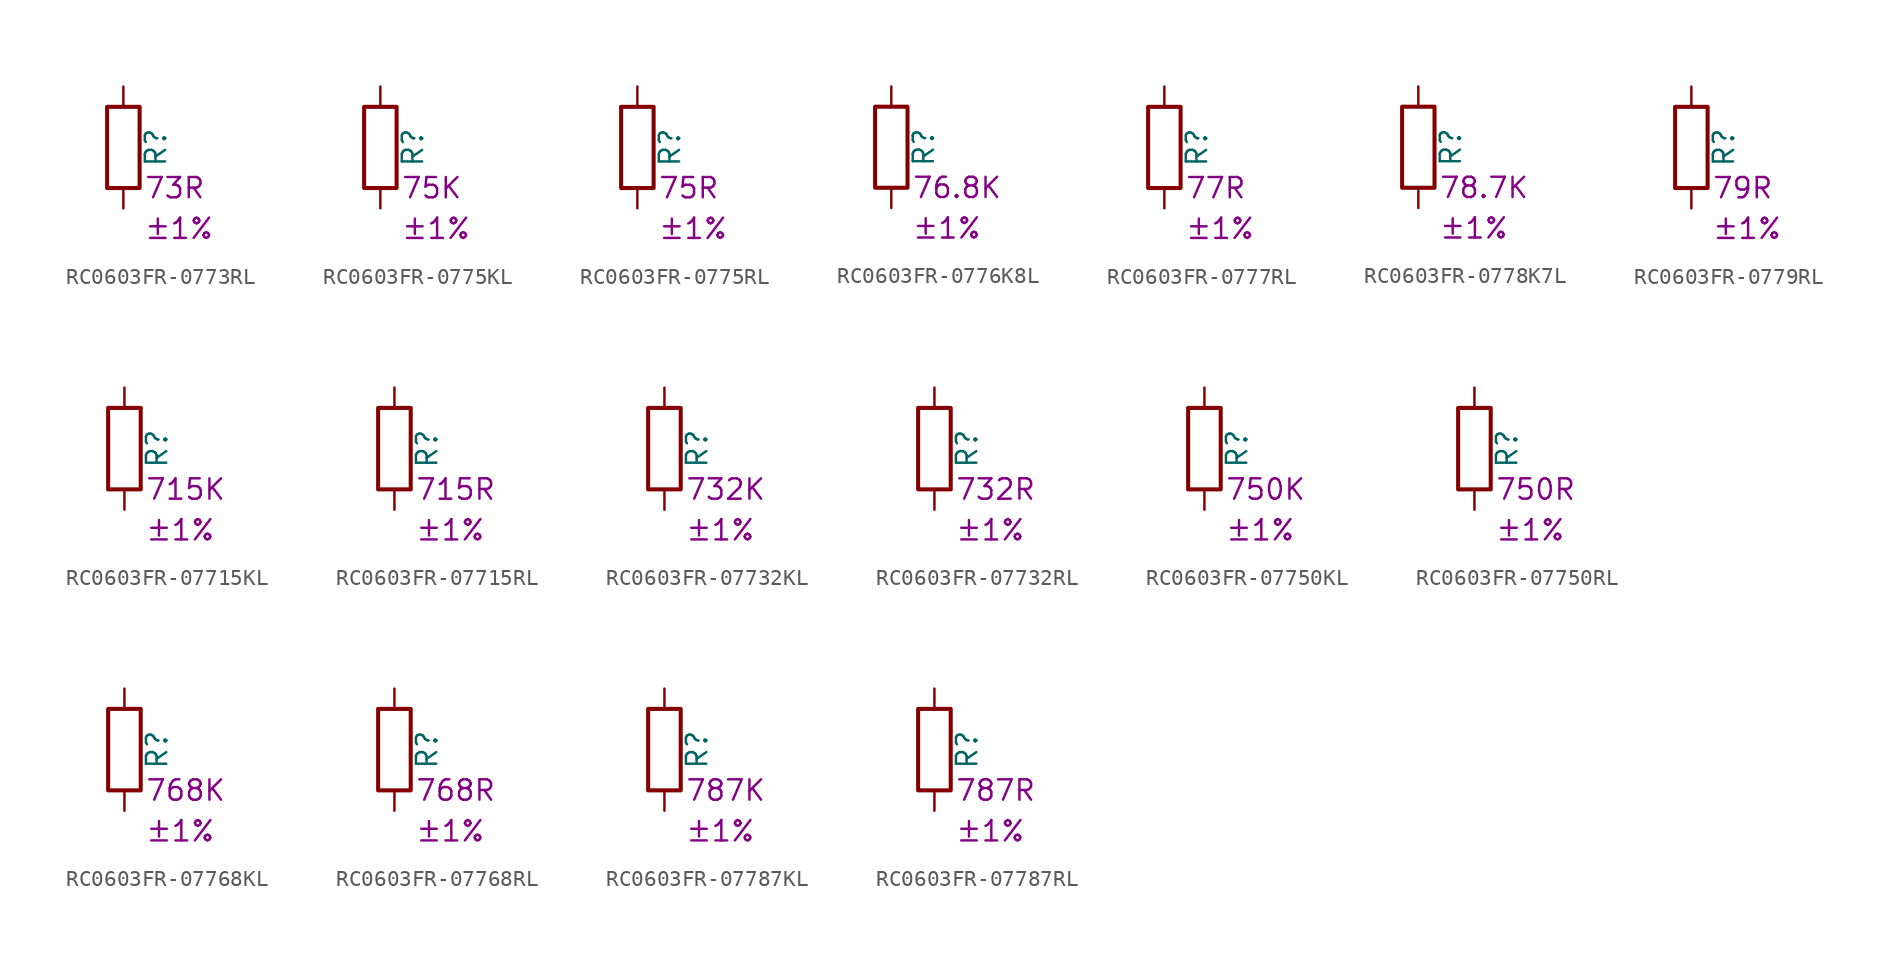
<source format=kicad_sym>
(kicad_symbol_lib
  (version 20220914)
  (generator kicad_symbol_editor)
  (symbol "RC0603FR-0773RL"
    (pin_numbers hide)
    (pin_names
      (offset 0))
    (property "Reference" "R"
      (at 2.032 0 90)
      (effects (font (size 1.27 1.27))))
    (property "Resistance" "73R"
      (at 1.27 -2.54 0)
      (effects (font (size 1.27 1.27)) (justify left)))
    (property "Tolerance" "±1%"
      (at 1.27 -5.08 0)
      (effects (font (size 1.27 1.27)) (justify left)))
    (symbol "RC0603FR-0773RL_0_1"
      (rectangle (start -1.016 -2.54) (end 1.016 2.54) (stroke (width 0.254) (type default)) (fill (type none))))
    (symbol "RC0603FR-0773RL_1_1"
      (pin passive line (at 0 3.81 270) (length 1.27) (name "~" (effects (font (size 1.27 1.27)))) (number "1" (effects (font (size 1.27 1.27)))))
      (pin passive line (at 0 -3.81 90) (length 1.27) (name "~" (effects (font (size 1.27 1.27)))) (number "2" (effects (font (size 1.27 1.27)))))))
  (symbol "RC0603FR-0775KL"
    (pin_numbers hide)
    (pin_names
      (offset 0))
    (property "Reference" "R"
      (at 2.032 0 90)
      (effects (font (size 1.27 1.27))))
    (property "Resistance" "75K"
      (at 1.27 -2.54 0)
      (effects (font (size 1.27 1.27)) (justify left)))
    (property "Tolerance" "±1%"
      (at 1.27 -5.08 0)
      (effects (font (size 1.27 1.27)) (justify left)))
    (symbol "RC0603FR-0775KL_0_1"
      (rectangle (start -1.016 -2.54) (end 1.016 2.54) (stroke (width 0.254) (type default)) (fill (type none))))
    (symbol "RC0603FR-0775KL_1_1"
      (pin passive line (at 0 3.81 270) (length 1.27) (name "~" (effects (font (size 1.27 1.27)))) (number "1" (effects (font (size 1.27 1.27)))))
      (pin passive line (at 0 -3.81 90) (length 1.27) (name "~" (effects (font (size 1.27 1.27)))) (number "2" (effects (font (size 1.27 1.27)))))))
  (symbol "RC0603FR-0775RL"
    (pin_numbers hide)
    (pin_names
      (offset 0))
    (property "Reference" "R"
      (at 2.032 0 90)
      (effects (font (size 1.27 1.27))))
    (property "Resistance" "75R"
      (at 1.27 -2.54 0)
      (effects (font (size 1.27 1.27)) (justify left)))
    (property "Tolerance" "±1%"
      (at 1.27 -5.08 0)
      (effects (font (size 1.27 1.27)) (justify left)))
    (symbol "RC0603FR-0775RL_0_1"
      (rectangle (start -1.016 -2.54) (end 1.016 2.54) (stroke (width 0.254) (type default)) (fill (type none))))
    (symbol "RC0603FR-0775RL_1_1"
      (pin passive line (at 0 3.81 270) (length 1.27) (name "~" (effects (font (size 1.27 1.27)))) (number "1" (effects (font (size 1.27 1.27)))))
      (pin passive line (at 0 -3.81 90) (length 1.27) (name "~" (effects (font (size 1.27 1.27)))) (number "2" (effects (font (size 1.27 1.27)))))))
  (symbol "RC0603FR-0776K8L"
    (pin_numbers hide)
    (pin_names
      (offset 0))
    (property "Reference" "R"
      (at 2.032 0 90)
      (effects (font (size 1.27 1.27))))
    (property "Resistance" "76.8K"
      (at 1.27 -2.54 0)
      (effects (font (size 1.27 1.27)) (justify left)))
    (property "Tolerance" "±1%"
      (at 1.27 -5.08 0)
      (effects (font (size 1.27 1.27)) (justify left)))
    (symbol "RC0603FR-0776K8L_0_1"
      (rectangle (start -1.016 -2.54) (end 1.016 2.54) (stroke (width 0.254) (type default)) (fill (type none))))
    (symbol "RC0603FR-0776K8L_1_1"
      (pin passive line (at 0 3.81 270) (length 1.27) (name "~" (effects (font (size 1.27 1.27)))) (number "1" (effects (font (size 1.27 1.27)))))
      (pin passive line (at 0 -3.81 90) (length 1.27) (name "~" (effects (font (size 1.27 1.27)))) (number "2" (effects (font (size 1.27 1.27)))))))
  (symbol "RC0603FR-0777RL"
    (pin_numbers hide)
    (pin_names
      (offset 0))
    (property "Reference" "R"
      (at 2.032 0 90)
      (effects (font (size 1.27 1.27))))
    (property "Resistance" "77R"
      (at 1.27 -2.54 0)
      (effects (font (size 1.27 1.27)) (justify left)))
    (property "Tolerance" "±1%"
      (at 1.27 -5.08 0)
      (effects (font (size 1.27 1.27)) (justify left)))
    (symbol "RC0603FR-0777RL_0_1"
      (rectangle (start -1.016 -2.54) (end 1.016 2.54) (stroke (width 0.254) (type default)) (fill (type none))))
    (symbol "RC0603FR-0777RL_1_1"
      (pin passive line (at 0 3.81 270) (length 1.27) (name "~" (effects (font (size 1.27 1.27)))) (number "1" (effects (font (size 1.27 1.27)))))
      (pin passive line (at 0 -3.81 90) (length 1.27) (name "~" (effects (font (size 1.27 1.27)))) (number "2" (effects (font (size 1.27 1.27)))))))
  (symbol "RC0603FR-0778K7L"
    (pin_numbers hide)
    (pin_names
      (offset 0))
    (property "Reference" "R"
      (at 2.032 0 90)
      (effects (font (size 1.27 1.27))))
    (property "Resistance" "78.7K"
      (at 1.27 -2.54 0)
      (effects (font (size 1.27 1.27)) (justify left)))
    (property "Tolerance" "±1%"
      (at 1.27 -5.08 0)
      (effects (font (size 1.27 1.27)) (justify left)))
    (symbol "RC0603FR-0778K7L_0_1"
      (rectangle (start -1.016 -2.54) (end 1.016 2.54) (stroke (width 0.254) (type default)) (fill (type none))))
    (symbol "RC0603FR-0778K7L_1_1"
      (pin passive line (at 0 3.81 270) (length 1.27) (name "~" (effects (font (size 1.27 1.27)))) (number "1" (effects (font (size 1.27 1.27)))))
      (pin passive line (at 0 -3.81 90) (length 1.27) (name "~" (effects (font (size 1.27 1.27)))) (number "2" (effects (font (size 1.27 1.27)))))))
  (symbol "RC0603FR-0779RL"
    (pin_numbers hide)
    (pin_names
      (offset 0))
    (property "Reference" "R"
      (at 2.032 0 90)
      (effects (font (size 1.27 1.27))))
    (property "Resistance" "79R"
      (at 1.27 -2.54 0)
      (effects (font (size 1.27 1.27)) (justify left)))
    (property "Tolerance" "±1%"
      (at 1.27 -5.08 0)
      (effects (font (size 1.27 1.27)) (justify left)))
    (symbol "RC0603FR-0779RL_0_1"
      (rectangle (start -1.016 -2.54) (end 1.016 2.54) (stroke (width 0.254) (type default)) (fill (type none))))
    (symbol "RC0603FR-0779RL_1_1"
      (pin passive line (at 0 3.81 270) (length 1.27) (name "~" (effects (font (size 1.27 1.27)))) (number "1" (effects (font (size 1.27 1.27)))))
      (pin passive line (at 0 -3.81 90) (length 1.27) (name "~" (effects (font (size 1.27 1.27)))) (number "2" (effects (font (size 1.27 1.27)))))))
  (symbol "RC0603FR-07715KL"
    (pin_numbers hide)
    (pin_names
      (offset 0))
    (property "Reference" "R"
      (at 2.032 0 90)
      (effects (font (size 1.27 1.27))))
    (property "Resistance" "715K"
      (at 1.27 -2.54 0)
      (effects (font (size 1.27 1.27)) (justify left)))
    (property "Tolerance" "±1%"
      (at 1.27 -5.08 0)
      (effects (font (size 1.27 1.27)) (justify left)))
    (symbol "RC0603FR-07715KL_0_1"
      (rectangle (start -1.016 -2.54) (end 1.016 2.54) (stroke (width 0.254) (type default)) (fill (type none))))
    (symbol "RC0603FR-07715KL_1_1"
      (pin passive line (at 0 3.81 270) (length 1.27) (name "~" (effects (font (size 1.27 1.27)))) (number "1" (effects (font (size 1.27 1.27)))))
      (pin passive line (at 0 -3.81 90) (length 1.27) (name "~" (effects (font (size 1.27 1.27)))) (number "2" (effects (font (size 1.27 1.27)))))))
  (symbol "RC0603FR-07715RL"
    (pin_numbers hide)
    (pin_names
      (offset 0))
    (property "Reference" "R"
      (at 2.032 0 90)
      (effects (font (size 1.27 1.27))))
    (property "Resistance" "715R"
      (at 1.27 -2.54 0)
      (effects (font (size 1.27 1.27)) (justify left)))
    (property "Tolerance" "±1%"
      (at 1.27 -5.08 0)
      (effects (font (size 1.27 1.27)) (justify left)))
    (symbol "RC0603FR-07715RL_0_1"
      (rectangle (start -1.016 -2.54) (end 1.016 2.54) (stroke (width 0.254) (type default)) (fill (type none))))
    (symbol "RC0603FR-07715RL_1_1"
      (pin passive line (at 0 3.81 270) (length 1.27) (name "~" (effects (font (size 1.27 1.27)))) (number "1" (effects (font (size 1.27 1.27)))))
      (pin passive line (at 0 -3.81 90) (length 1.27) (name "~" (effects (font (size 1.27 1.27)))) (number "2" (effects (font (size 1.27 1.27)))))))
  (symbol "RC0603FR-07732KL"
    (pin_numbers hide)
    (pin_names
      (offset 0))
    (property "Reference" "R"
      (at 2.032 0 90)
      (effects (font (size 1.27 1.27))))
    (property "Resistance" "732K"
      (at 1.27 -2.54 0)
      (effects (font (size 1.27 1.27)) (justify left)))
    (property "Tolerance" "±1%"
      (at 1.27 -5.08 0)
      (effects (font (size 1.27 1.27)) (justify left)))
    (symbol "RC0603FR-07732KL_0_1"
      (rectangle (start -1.016 -2.54) (end 1.016 2.54) (stroke (width 0.254) (type default)) (fill (type none))))
    (symbol "RC0603FR-07732KL_1_1"
      (pin passive line (at 0 3.81 270) (length 1.27) (name "~" (effects (font (size 1.27 1.27)))) (number "1" (effects (font (size 1.27 1.27)))))
      (pin passive line (at 0 -3.81 90) (length 1.27) (name "~" (effects (font (size 1.27 1.27)))) (number "2" (effects (font (size 1.27 1.27)))))))
  (symbol "RC0603FR-07732RL"
    (pin_numbers hide)
    (pin_names
      (offset 0))
    (property "Reference" "R"
      (at 2.032 0 90)
      (effects (font (size 1.27 1.27))))
    (property "Resistance" "732R"
      (at 1.27 -2.54 0)
      (effects (font (size 1.27 1.27)) (justify left)))
    (property "Tolerance" "±1%"
      (at 1.27 -5.08 0)
      (effects (font (size 1.27 1.27)) (justify left)))
    (symbol "RC0603FR-07732RL_0_1"
      (rectangle (start -1.016 -2.54) (end 1.016 2.54) (stroke (width 0.254) (type default)) (fill (type none))))
    (symbol "RC0603FR-07732RL_1_1"
      (pin passive line (at 0 3.81 270) (length 1.27) (name "~" (effects (font (size 1.27 1.27)))) (number "1" (effects (font (size 1.27 1.27)))))
      (pin passive line (at 0 -3.81 90) (length 1.27) (name "~" (effects (font (size 1.27 1.27)))) (number "2" (effects (font (size 1.27 1.27)))))))
  (symbol "RC0603FR-07750KL"
    (pin_numbers hide)
    (pin_names
      (offset 0))
    (property "Reference" "R"
      (at 2.032 0 90)
      (effects (font (size 1.27 1.27))))
    (property "Resistance" "750K"
      (at 1.27 -2.54 0)
      (effects (font (size 1.27 1.27)) (justify left)))
    (property "Tolerance" "±1%"
      (at 1.27 -5.08 0)
      (effects (font (size 1.27 1.27)) (justify left)))
    (symbol "RC0603FR-07750KL_0_1"
      (rectangle (start -1.016 -2.54) (end 1.016 2.54) (stroke (width 0.254) (type default)) (fill (type none))))
    (symbol "RC0603FR-07750KL_1_1"
      (pin passive line (at 0 3.81 270) (length 1.27) (name "~" (effects (font (size 1.27 1.27)))) (number "1" (effects (font (size 1.27 1.27)))))
      (pin passive line (at 0 -3.81 90) (length 1.27) (name "~" (effects (font (size 1.27 1.27)))) (number "2" (effects (font (size 1.27 1.27)))))))
  (symbol "RC0603FR-07750RL"
    (pin_numbers hide)
    (pin_names
      (offset 0))
    (property "Reference" "R"
      (at 2.032 0 90)
      (effects (font (size 1.27 1.27))))
    (property "Resistance" "750R"
      (at 1.27 -2.54 0)
      (effects (font (size 1.27 1.27)) (justify left)))
    (property "Tolerance" "±1%"
      (at 1.27 -5.08 0)
      (effects (font (size 1.27 1.27)) (justify left)))
    (symbol "RC0603FR-07750RL_0_1"
      (rectangle (start -1.016 -2.54) (end 1.016 2.54) (stroke (width 0.254) (type default)) (fill (type none))))
    (symbol "RC0603FR-07750RL_1_1"
      (pin passive line (at 0 3.81 270) (length 1.27) (name "~" (effects (font (size 1.27 1.27)))) (number "1" (effects (font (size 1.27 1.27)))))
      (pin passive line (at 0 -3.81 90) (length 1.27) (name "~" (effects (font (size 1.27 1.27)))) (number "2" (effects (font (size 1.27 1.27)))))))
  (symbol "RC0603FR-07768KL"
    (pin_numbers hide)
    (pin_names
      (offset 0))
    (property "Reference" "R"
      (at 2.032 0 90)
      (effects (font (size 1.27 1.27))))
    (property "Resistance" "768K"
      (at 1.27 -2.54 0)
      (effects (font (size 1.27 1.27)) (justify left)))
    (property "Tolerance" "±1%"
      (at 1.27 -5.08 0)
      (effects (font (size 1.27 1.27)) (justify left)))
    (symbol "RC0603FR-07768KL_0_1"
      (rectangle (start -1.016 -2.54) (end 1.016 2.54) (stroke (width 0.254) (type default)) (fill (type none))))
    (symbol "RC0603FR-07768KL_1_1"
      (pin passive line (at 0 3.81 270) (length 1.27) (name "~" (effects (font (size 1.27 1.27)))) (number "1" (effects (font (size 1.27 1.27)))))
      (pin passive line (at 0 -3.81 90) (length 1.27) (name "~" (effects (font (size 1.27 1.27)))) (number "2" (effects (font (size 1.27 1.27)))))))
  (symbol "RC0603FR-07768RL"
    (pin_numbers hide)
    (pin_names
      (offset 0))
    (property "Reference" "R"
      (at 2.032 0 90)
      (effects (font (size 1.27 1.27))))
    (property "Resistance" "768R"
      (at 1.27 -2.54 0)
      (effects (font (size 1.27 1.27)) (justify left)))
    (property "Tolerance" "±1%"
      (at 1.27 -5.08 0)
      (effects (font (size 1.27 1.27)) (justify left)))
    (symbol "RC0603FR-07768RL_0_1"
      (rectangle (start -1.016 -2.54) (end 1.016 2.54) (stroke (width 0.254) (type default)) (fill (type none))))
    (symbol "RC0603FR-07768RL_1_1"
      (pin passive line (at 0 3.81 270) (length 1.27) (name "~" (effects (font (size 1.27 1.27)))) (number "1" (effects (font (size 1.27 1.27)))))
      (pin passive line (at 0 -3.81 90) (length 1.27) (name "~" (effects (font (size 1.27 1.27)))) (number "2" (effects (font (size 1.27 1.27)))))))
  (symbol "RC0603FR-07787KL"
    (pin_numbers hide)
    (pin_names
      (offset 0))
    (property "Reference" "R"
      (at 2.032 0 90)
      (effects (font (size 1.27 1.27))))
    (property "Resistance" "787K"
      (at 1.27 -2.54 0)
      (effects (font (size 1.27 1.27)) (justify left)))
    (property "Tolerance" "±1%"
      (at 1.27 -5.08 0)
      (effects (font (size 1.27 1.27)) (justify left)))
    (symbol "RC0603FR-07787KL_0_1"
      (rectangle (start -1.016 -2.54) (end 1.016 2.54) (stroke (width 0.254) (type default)) (fill (type none))))
    (symbol "RC0603FR-07787KL_1_1"
      (pin passive line (at 0 3.81 270) (length 1.27) (name "~" (effects (font (size 1.27 1.27)))) (number "1" (effects (font (size 1.27 1.27)))))
      (pin passive line (at 0 -3.81 90) (length 1.27) (name "~" (effects (font (size 1.27 1.27)))) (number "2" (effects (font (size 1.27 1.27)))))))
  (symbol "RC0603FR-07787RL"
    (pin_numbers hide)
    (pin_names
      (offset 0))
    (property "Reference" "R"
      (at 2.032 0 90)
      (effects (font (size 1.27 1.27))))
    (property "Resistance" "787R"
      (at 1.27 -2.54 0)
      (effects (font (size 1.27 1.27)) (justify left)))
    (property "Tolerance" "±1%"
      (at 1.27 -5.08 0)
      (effects (font (size 1.27 1.27)) (justify left)))
    (symbol "RC0603FR-07787RL_0_1"
      (rectangle (start -1.016 -2.54) (end 1.016 2.54) (stroke (width 0.254) (type default)) (fill (type none))))
    (symbol "RC0603FR-07787RL_1_1"
      (pin passive line (at 0 3.81 270) (length 1.27) (name "~" (effects (font (size 1.27 1.27)))) (number "1" (effects (font (size 1.27 1.27)))))
      (pin passive line (at 0 -3.81 90) (length 1.27) (name "~" (effects (font (size 1.27 1.27)))) (number "2" (effects (font (size 1.27 1.27))))))))
</source>
